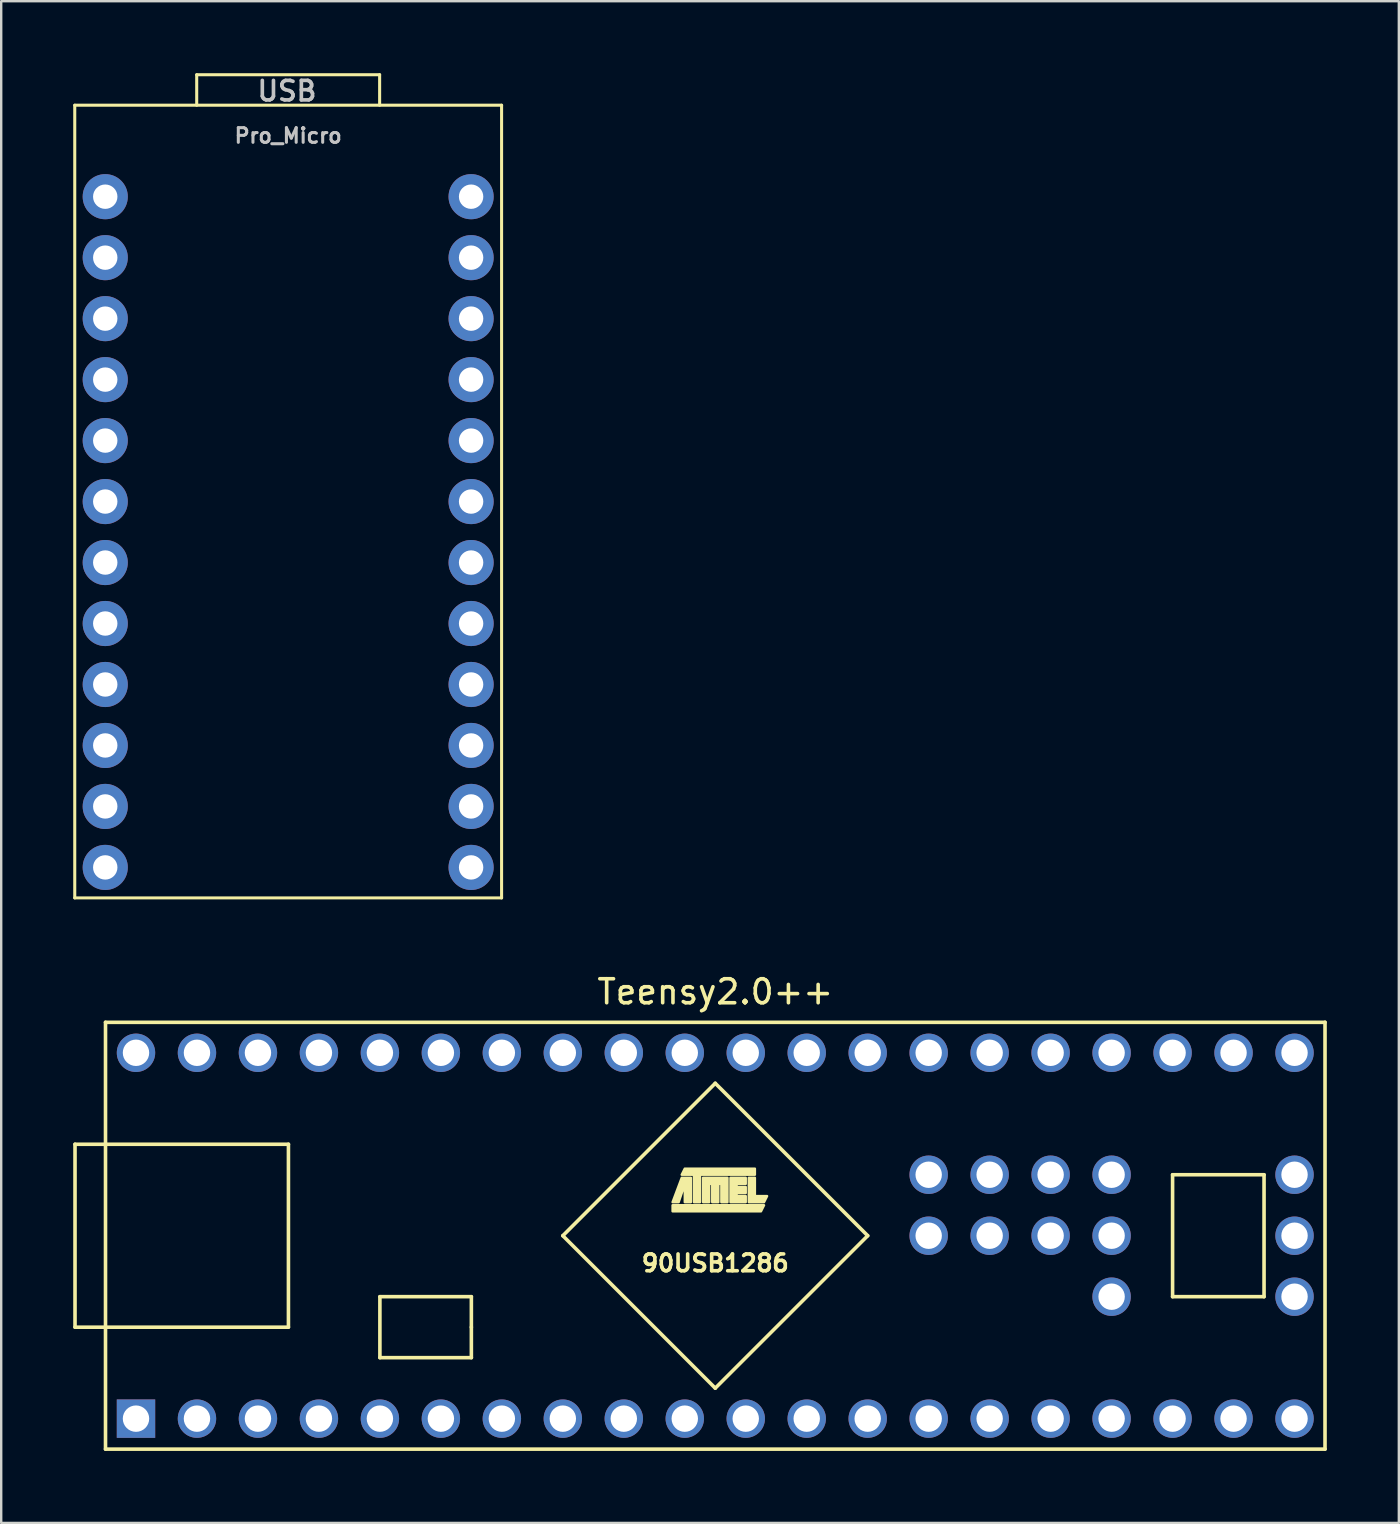
<source format=kicad_pcb>
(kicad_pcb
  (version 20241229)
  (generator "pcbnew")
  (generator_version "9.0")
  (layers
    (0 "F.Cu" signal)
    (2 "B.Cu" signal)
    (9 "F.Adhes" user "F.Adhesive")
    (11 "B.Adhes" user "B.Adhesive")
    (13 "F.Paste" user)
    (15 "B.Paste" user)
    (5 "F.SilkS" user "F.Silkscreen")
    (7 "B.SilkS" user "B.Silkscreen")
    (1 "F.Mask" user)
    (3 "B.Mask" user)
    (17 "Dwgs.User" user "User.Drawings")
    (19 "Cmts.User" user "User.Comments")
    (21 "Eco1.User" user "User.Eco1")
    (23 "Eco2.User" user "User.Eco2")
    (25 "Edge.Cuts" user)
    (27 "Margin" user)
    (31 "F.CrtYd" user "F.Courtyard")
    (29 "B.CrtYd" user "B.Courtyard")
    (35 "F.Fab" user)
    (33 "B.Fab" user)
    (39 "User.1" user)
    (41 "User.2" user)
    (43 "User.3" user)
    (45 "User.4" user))
  (footprint "Pro_Micro"
    (layer "F.Cu")
    (at 8.954 17.843)
    (property "Reference" "Pro_Micro" (at 0 -15.24 0) (layer "Dwgs.User") (effects (font (size 0.61 0.61) (thickness 0.127))))
    (attr exclude_from_pos_files exclude_from_bom)
    (fp_line (start -8.89 -16.51) (end -8.89 16.51) (stroke (width 0.127) (type solid)) (layer "F.SilkS"))
    (fp_line (start -8.89 16.51) (end 8.89 16.51) (stroke (width 0.127) (type solid)) (layer "F.SilkS"))
    (fp_line (start -3.81 -17.78) (end 3.81 -17.78) (stroke (width 0.127) (type solid)) (layer "F.SilkS"))
    (fp_line (start -3.81 -16.51) (end -3.81 -17.78) (stroke (width 0.127) (type solid)) (layer "F.SilkS"))
    (fp_line (start 3.81 -17.78) (end 3.81 -16.51) (stroke (width 0.127) (type solid)) (layer "F.SilkS"))
    (fp_line (start 8.89 -16.51) (end -8.89 -16.51) (stroke (width 0.127) (type solid)) (layer "F.SilkS"))
    (fp_line (start 8.89 16.51) (end 8.89 -16.51) (stroke (width 0.127) (type solid)) (layer "F.SilkS"))
    (fp_text user "USB" (at -0.051 -17.1 0) (layer "Dwgs.User") (effects (font (size 0.813 0.813) (thickness 0.152))))
    (pad "1" thru_hole circle (at -7.62 -12.7) (size 1.88 1.88) (drill 1.016) (layers "*.Cu" "*.Mask"))
    (pad "2" thru_hole circle (at -7.62 -10.16) (size 1.88 1.88) (drill 1.016) (layers "*.Cu" "*.Mask"))
    (pad "3" thru_hole circle (at -7.62 -7.62) (size 1.88 1.88) (drill 1.016) (layers "*.Cu" "*.Mask"))
    (pad "4" thru_hole circle (at -7.62 -5.08) (size 1.88 1.88) (drill 1.016) (layers "*.Cu" "*.Mask"))
    (pad "5" thru_hole circle (at -7.62 -2.54) (size 1.88 1.88) (drill 1.016) (layers "*.Cu" "*.Mask"))
    (pad "6" thru_hole circle (at -7.62 0) (size 1.88 1.88) (drill 1.016) (layers "*.Cu" "*.Mask"))
    (pad "7" thru_hole circle (at -7.62 2.54) (size 1.88 1.88) (drill 1.016) (layers "*.Cu" "*.Mask"))
    (pad "8" thru_hole circle (at -7.62 5.08) (size 1.88 1.88) (drill 1.016) (layers "*.Cu" "*.Mask"))
    (pad "9" thru_hole circle (at -7.62 7.62) (size 1.88 1.88) (drill 1.016) (layers "*.Cu" "*.Mask"))
    (pad "10" thru_hole circle (at -7.62 10.16) (size 1.88 1.88) (drill 1.016) (layers "*.Cu" "*.Mask"))
    (pad "11" thru_hole circle (at -7.62 12.7) (size 1.88 1.88) (drill 1.016) (layers "*.Cu" "*.Mask"))
    (pad "12" thru_hole circle (at -7.62 15.24) (size 1.88 1.88) (drill 1.016) (layers "*.Cu" "*.Mask"))
    (pad "13" thru_hole circle (at 7.62 15.24) (size 1.88 1.88) (drill 1.016) (layers "*.Cu" "*.Mask"))
    (pad "14" thru_hole circle (at 7.62 12.7) (size 1.88 1.88) (drill 1.016) (layers "*.Cu" "*.Mask"))
    (pad "15" thru_hole circle (at 7.62 10.16) (size 1.88 1.88) (drill 1.016) (layers "*.Cu" "*.Mask"))
    (pad "16" thru_hole circle (at 7.62 7.62) (size 1.88 1.88) (drill 1.016) (layers "*.Cu" "*.Mask"))
    (pad "17" thru_hole circle (at 7.62 5.08) (size 1.88 1.88) (drill 1.016) (layers "*.Cu" "*.Mask"))
    (pad "18" thru_hole circle (at 7.62 2.54) (size 1.88 1.88) (drill 1.016) (layers "*.Cu" "*.Mask"))
    (pad "19" thru_hole circle (at 7.62 0) (size 1.88 1.88) (drill 1.016) (layers "*.Cu" "*.Mask"))
    (pad "20" thru_hole circle (at 7.62 -2.54) (size 1.88 1.88) (drill 1.016) (layers "*.Cu" "*.Mask"))
    (pad "21" thru_hole circle (at 7.62 -5.08) (size 1.88 1.88) (drill 1.016) (layers "*.Cu" "*.Mask"))
    (pad "22" thru_hole circle (at 7.62 -7.62) (size 1.88 1.88) (drill 1.016) (layers "*.Cu" "*.Mask"))
    (pad "23" thru_hole circle (at 7.62 -10.16) (size 1.88 1.88) (drill 1.016) (layers "*.Cu" "*.Mask"))
    (pad "24" thru_hole circle (at 7.62 -12.7) (size 1.88 1.88) (drill 1.016) (layers "*.Cu" "*.Mask")))
  (footprint "Teensy2.0++"
    (layer "F.Cu")
    (at 26.745 48.425)
    (property "Reference" "Teensy2.0++" (at 0 -10.16 0) (layer "F.SilkS") (effects (font (size 1 1) (thickness 0.15))))
    (attr through_hole)
    (fp_line (start -26.67 -3.81) (end -26.67 3.81) (stroke (width 0.15) (type solid)) (layer "F.SilkS"))
    (fp_line (start -25.4 -8.89) (end 25.4 -8.89) (stroke (width 0.15) (type solid)) (layer "F.SilkS"))
    (fp_line (start -25.4 8.89) (end -25.4 -8.89) (stroke (width 0.15) (type solid)) (layer "F.SilkS"))
    (fp_line (start -17.78 -3.81) (end -26.67 -3.81) (stroke (width 0.15) (type solid)) (layer "F.SilkS"))
    (fp_line (start -17.78 3.81) (end -26.67 3.81) (stroke (width 0.15) (type solid)) (layer "F.SilkS"))
    (fp_line (start -17.78 3.81) (end -17.78 -3.81) (stroke (width 0.15) (type solid)) (layer "F.SilkS"))
    (fp_line (start -13.97 2.54) (end -13.97 5.08) (stroke (width 0.15) (type solid)) (layer "F.SilkS"))
    (fp_line (start -13.97 5.08) (end -10.16 5.08) (stroke (width 0.15) (type solid)) (layer "F.SilkS"))
    (fp_line (start -10.16 2.54) (end -13.97 2.54) (stroke (width 0.15) (type solid)) (layer "F.SilkS"))
    (fp_line (start -10.16 3.81) (end -10.16 2.54) (stroke (width 0.15) (type solid)) (layer "F.SilkS"))
    (fp_line (start -10.16 5.08) (end -10.16 3.81) (stroke (width 0.15) (type solid)) (layer "F.SilkS"))
    (fp_line (start -6.35 0) (end 0 -6.35) (stroke (width 0.15) (type solid)) (layer "F.SilkS"))
    (fp_line (start 0 -6.35) (end 6.35 0) (stroke (width 0.15) (type solid)) (layer "F.SilkS"))
    (fp_line (start 0 6.35) (end -6.35 0) (stroke (width 0.15) (type solid)) (layer "F.SilkS"))
    (fp_line (start 6.35 0) (end 0 6.35) (stroke (width 0.15) (type solid)) (layer "F.SilkS"))
    (fp_line (start 19.05 -2.54) (end 22.86 -2.54) (stroke (width 0.15) (type solid)) (layer "F.SilkS"))
    (fp_line (start 19.05 2.54) (end 19.05 -2.54) (stroke (width 0.15) (type solid)) (layer "F.SilkS"))
    (fp_line (start 22.86 -2.54) (end 22.86 2.54) (stroke (width 0.15) (type solid)) (layer "F.SilkS"))
    (fp_line (start 22.86 2.54) (end 19.05 2.54) (stroke (width 0.15) (type solid)) (layer "F.SilkS"))
    (fp_line (start 25.4 -8.89) (end 25.4 8.89) (stroke (width 0.15) (type solid)) (layer "F.SilkS"))
    (fp_line (start 25.4 8.89) (end -25.4 8.89) (stroke (width 0.15) (type solid)) (layer "F.SilkS"))
    (fp_poly (pts (xy -1.778 -1.27) (xy 2.032 -1.27) (xy 1.905 -1.016) (xy -1.778 -1.016)) (stroke (width 0.1) (type solid)) (fill yes) (layer "F.SilkS"))
    (fp_poly (pts (xy 1.397 -2.413) (xy 1.397 -1.397) (xy 2.032 -1.397) (xy 2.159 -1.651) (xy 1.651 -1.651) (xy 1.651 -2.413)) (stroke (width 0.1) (type solid)) (fill yes) (layer "F.SilkS"))
    (fp_poly (pts (xy -1.016 -1.397) (xy -1.016 -2.413) (xy -1.397 -2.413) (xy -1.778 -1.397) (xy -1.524 -1.397) (xy -1.27 -2.159) (xy -1.27 -1.397)) (stroke (width 0.1) (type solid)) (fill yes) (layer "F.SilkS"))
    (fp_poly (pts (xy 1.651 -2.54) (xy -0.635 -2.54) (xy -0.635 -1.397) (xy -0.889 -1.397) (xy -0.889 -2.54) (xy -1.397 -2.54) (xy -1.27 -2.794) (xy 1.651 -2.794)) (stroke (width 0.1) (type solid)) (fill yes) (layer "F.SilkS"))
    (fp_poly (pts (xy 0.508 -1.397) (xy 0.508 -2.413) (xy -0.508 -2.413) (xy -0.508 -1.397) (xy -0.254 -1.397) (xy -0.254 -2.159) (xy -0.127 -2.159) (xy -0.127 -1.397) (xy 0.127 -1.397) (xy 0.127 -2.159) (xy 0.254 -2.159) (xy 0.254 -1.397)) (stroke (width 0.1) (type solid)) (fill yes) (layer "F.SilkS"))
    (fp_poly (pts (xy 0.635 -2.413) (xy 1.27 -2.413) (xy 1.27 -2.159) (xy 0.889 -2.159) (xy 0.889 -2.032) (xy 1.27 -2.032) (xy 1.27 -1.778) (xy 0.889 -1.778) (xy 0.889 -1.651) (xy 1.27 -1.651) (xy 1.27 -1.397) (xy 0.635 -1.397)) (stroke (width 0.1) (type solid)) (fill yes) (layer "F.SilkS"))
    (fp_text user "90USB1286" (at 0 1.143 0) (layer "F.SilkS") (effects (font (size 0.7 0.7) (thickness 0.15))))
    (pad "1" thru_hole rect (at -24.13 7.62) (size 1.6 1.6) (drill 1.1) (layers "*.Cu" "*.Mask"))
    (pad "2" thru_hole circle (at -21.59 7.62) (size 1.6 1.6) (drill 1.1) (layers "*.Cu" "*.Mask"))
    (pad "3" thru_hole circle (at -19.05 7.62) (size 1.6 1.6) (drill 1.1) (layers "*.Cu" "*.Mask"))
    (pad "4" thru_hole circle (at -16.51 7.62) (size 1.6 1.6) (drill 1.1) (layers "*.Cu" "*.Mask"))
    (pad "5" thru_hole circle (at -13.97 7.62) (size 1.6 1.6) (drill 1.1) (layers "*.Cu" "*.Mask"))
    (pad "6" thru_hole circle (at -11.43 7.62) (size 1.6 1.6) (drill 1.1) (layers "*.Cu" "*.Mask"))
    (pad "7" thru_hole circle (at -8.89 7.62) (size 1.6 1.6) (drill 1.1) (layers "*.Cu" "*.Mask"))
    (pad "8" thru_hole circle (at -6.35 7.62) (size 1.6 1.6) (drill 1.1) (layers "*.Cu" "*.Mask"))
    (pad "9" thru_hole circle (at -3.81 7.62) (size 1.6 1.6) (drill 1.1) (layers "*.Cu" "*.Mask"))
    (pad "10" thru_hole circle (at -1.27 7.62) (size 1.6 1.6) (drill 1.1) (layers "*.Cu" "*.Mask"))
    (pad "11" thru_hole circle (at 1.27 7.62) (size 1.6 1.6) (drill 1.1) (layers "*.Cu" "*.Mask"))
    (pad "12" thru_hole circle (at 3.81 7.62) (size 1.6 1.6) (drill 1.1) (layers "*.Cu" "*.Mask"))
    (pad "13" thru_hole circle (at 6.35 7.62) (size 1.6 1.6) (drill 1.1) (layers "*.Cu" "*.Mask"))
    (pad "14" thru_hole circle (at 8.89 7.62) (size 1.6 1.6) (drill 1.1) (layers "*.Cu" "*.Mask"))
    (pad "15" thru_hole circle (at 11.43 7.62) (size 1.6 1.6) (drill 1.1) (layers "*.Cu" "*.Mask"))
    (pad "16" thru_hole circle (at 13.97 7.62) (size 1.6 1.6) (drill 1.1) (layers "*.Cu" "*.Mask"))
    (pad "17" thru_hole circle (at 16.51 7.62) (size 1.6 1.6) (drill 1.1) (layers "*.Cu" "*.Mask"))
    (pad "18" thru_hole circle (at 19.05 7.62) (size 1.6 1.6) (drill 1.1) (layers "*.Cu" "*.Mask"))
    (pad "19" thru_hole circle (at 21.59 7.62) (size 1.6 1.6) (drill 1.1) (layers "*.Cu" "*.Mask"))
    (pad "20" thru_hole circle (at 24.13 7.62) (size 1.6 1.6) (drill 1.1) (layers "*.Cu" "*.Mask"))
    (pad "21" thru_hole circle (at 24.13 2.54) (size 1.6 1.6) (drill 1.1) (layers "*.Cu" "*.Mask"))
    (pad "22" thru_hole circle (at 24.13 0) (size 1.6 1.6) (drill 1.1) (layers "*.Cu" "*.Mask"))
    (pad "23" thru_hole circle (at 24.13 -2.54) (size 1.6 1.6) (drill 1.1) (layers "*.Cu" "*.Mask"))
    (pad "24" thru_hole circle (at 24.13 -7.62) (size 1.6 1.6) (drill 1.1) (layers "*.Cu" "*.Mask"))
    (pad "25" thru_hole circle (at 21.59 -7.62) (size 1.6 1.6) (drill 1.1) (layers "*.Cu" "*.Mask"))
    (pad "26" thru_hole circle (at 19.05 -7.62) (size 1.6 1.6) (drill 1.1) (layers "*.Cu" "*.Mask"))
    (pad "27" thru_hole circle (at 16.51 -7.62) (size 1.6 1.6) (drill 1.1) (layers "*.Cu" "*.Mask"))
    (pad "28" thru_hole circle (at 13.97 -7.62) (size 1.6 1.6) (drill 1.1) (layers "*.Cu" "*.Mask"))
    (pad "29" thru_hole circle (at 11.43 -7.62) (size 1.6 1.6) (drill 1.1) (layers "*.Cu" "*.Mask"))
    (pad "30" thru_hole circle (at 8.89 -7.62) (size 1.6 1.6) (drill 1.1) (layers "*.Cu" "*.Mask"))
    (pad "31" thru_hole circle (at 6.35 -7.62) (size 1.6 1.6) (drill 1.1) (layers "*.Cu" "*.Mask"))
    (pad "32" thru_hole circle (at 3.81 -7.62) (size 1.6 1.6) (drill 1.1) (layers "*.Cu" "*.Mask"))
    (pad "33" thru_hole circle (at 1.27 -7.62) (size 1.6 1.6) (drill 1.1) (layers "*.Cu" "*.Mask"))
    (pad "34" thru_hole circle (at -1.27 -7.62) (size 1.6 1.6) (drill 1.1) (layers "*.Cu" "*.Mask"))
    (pad "35" thru_hole circle (at -3.81 -7.62) (size 1.6 1.6) (drill 1.1) (layers "*.Cu" "*.Mask"))
    (pad "36" thru_hole circle (at -6.35 -7.62) (size 1.6 1.6) (drill 1.1) (layers "*.Cu" "*.Mask"))
    (pad "37" thru_hole circle (at -8.89 -7.62) (size 1.6 1.6) (drill 1.1) (layers "*.Cu" "*.Mask"))
    (pad "38" thru_hole circle (at -11.43 -7.62) (size 1.6 1.6) (drill 1.1) (layers "*.Cu" "*.Mask"))
    (pad "39" thru_hole circle (at -13.97 -7.62) (size 1.6 1.6) (drill 1.1) (layers "*.Cu" "*.Mask"))
    (pad "40" thru_hole circle (at -16.51 -7.62) (size 1.6 1.6) (drill 1.1) (layers "*.Cu" "*.Mask"))
    (pad "41" thru_hole circle (at -19.05 -7.62) (size 1.6 1.6) (drill 1.1) (layers "*.Cu" "*.Mask"))
    (pad "42" thru_hole circle (at -21.59 -7.62) (size 1.6 1.6) (drill 1.1) (layers "*.Cu" "*.Mask"))
    (pad "43" thru_hole circle (at -24.13 -7.62) (size 1.6 1.6) (drill 1.1) (layers "*.Cu" "*.Mask"))
    (pad "44" thru_hole circle (at 8.89 -2.54) (size 1.6 1.6) (drill 1.1) (layers "*.Cu" "*.Mask"))
    (pad "45" thru_hole circle (at 11.43 -2.54) (size 1.6 1.6) (drill 1.1) (layers "*.Cu" "*.Mask"))
    (pad "46" thru_hole circle (at 13.97 -2.54) (size 1.6 1.6) (drill 1.1) (layers "*.Cu" "*.Mask"))
    (pad "47" thru_hole circle (at 16.51 -2.54) (size 1.6 1.6) (drill 1.1) (layers "*.Cu" "*.Mask"))
    (pad "48" thru_hole circle (at 8.89 0) (size 1.6 1.6) (drill 1.1) (layers "*.Cu" "*.Mask"))
    (pad "49" thru_hole circle (at 11.43 0) (size 1.6 1.6) (drill 1.1) (layers "*.Cu" "*.Mask"))
    (pad "50" thru_hole circle (at 13.97 0) (size 1.6 1.6) (drill 1.1) (layers "*.Cu" "*.Mask"))
    (pad "51" thru_hole circle (at 16.51 0) (size 1.6 1.6) (drill 1.1) (layers "*.Cu" "*.Mask"))
    (pad "52" thru_hole circle (at 16.51 2.54) (size 1.6 1.6) (drill 1.1) (layers "*.Cu" "*.Mask")))
  (gr_rect
    (start -3 -3)
    (end 55.22 60.39)
    (stroke (width 0.1) (type default))
    (fill no)
    (layer "Edge.Cuts")))
</source>
